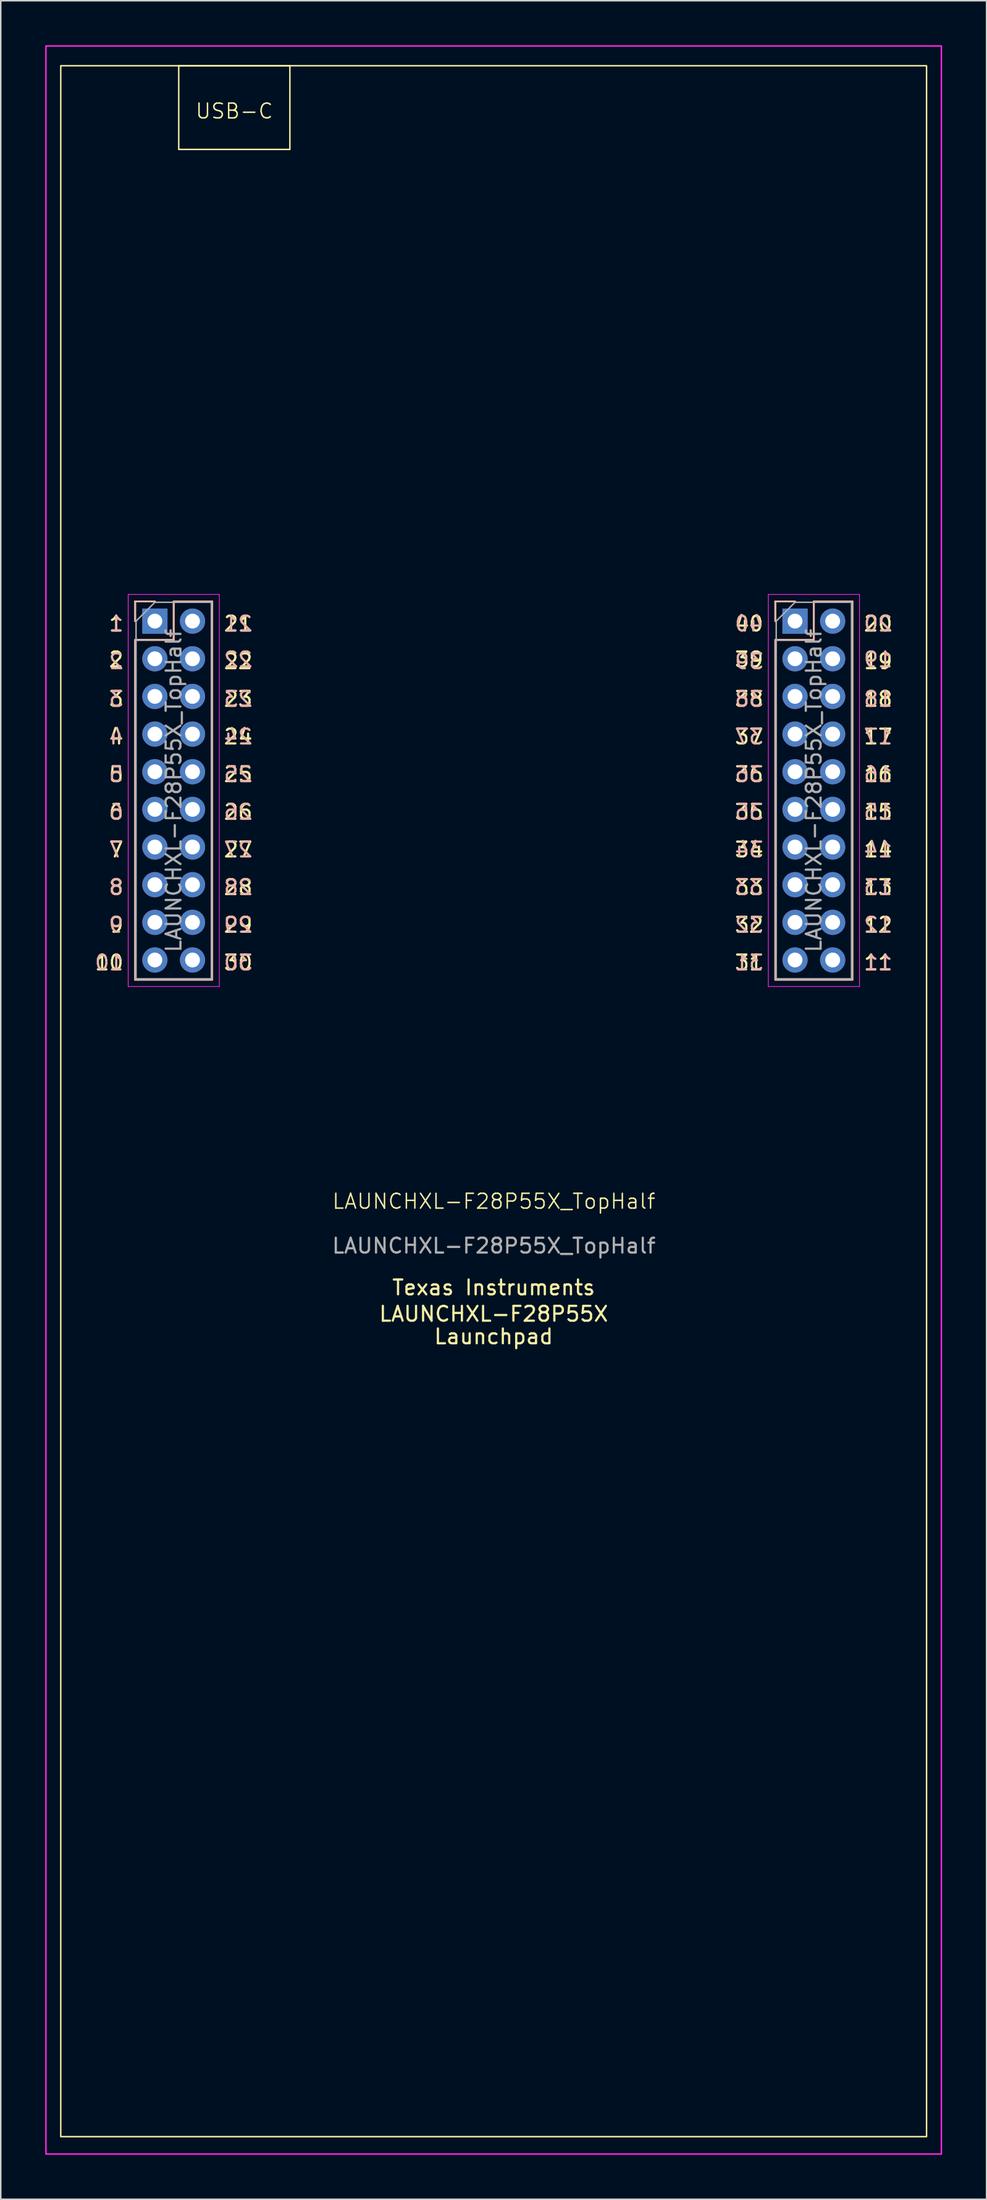
<source format=kicad_pcb>
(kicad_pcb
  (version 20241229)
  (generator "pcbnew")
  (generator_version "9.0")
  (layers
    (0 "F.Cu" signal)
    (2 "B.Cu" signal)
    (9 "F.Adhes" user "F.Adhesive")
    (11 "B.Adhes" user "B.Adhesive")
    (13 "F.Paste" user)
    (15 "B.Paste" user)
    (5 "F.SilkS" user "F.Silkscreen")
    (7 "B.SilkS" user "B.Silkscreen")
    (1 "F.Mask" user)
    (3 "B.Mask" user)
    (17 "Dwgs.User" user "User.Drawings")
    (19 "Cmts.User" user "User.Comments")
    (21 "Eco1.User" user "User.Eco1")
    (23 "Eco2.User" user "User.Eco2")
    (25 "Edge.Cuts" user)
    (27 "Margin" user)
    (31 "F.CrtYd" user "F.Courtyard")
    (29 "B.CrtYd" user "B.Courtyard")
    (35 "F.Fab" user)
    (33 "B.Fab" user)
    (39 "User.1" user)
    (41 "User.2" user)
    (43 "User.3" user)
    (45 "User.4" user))
  (footprint "LAUNCHXL-F28P55X_TopHalf"
    (layer "F.Cu")
    (at 30.26 82.03)
    (property "Reference" "LAUNCHXL-F28P55X_TopHalf" (at 0.015 -4.04 0) (unlocked yes) (layer "F.SilkS") (effects (font (size 1 1) (thickness 0.1))))
    (attr through_hole)
    (fp_line (start -24.19 -44.51) (end -22.86 -44.51) (stroke (width 0.12) (type solid)) (layer "F.SilkS"))
    (fp_line (start -24.19 -43.18) (end -24.19 -44.51) (stroke (width 0.12) (type solid)) (layer "F.SilkS"))
    (fp_line (start -24.19 -41.91) (end -24.19 -18.99) (stroke (width 0.12) (type solid)) (layer "F.SilkS"))
    (fp_line (start -24.19 -41.91) (end -21.59 -41.91) (stroke (width 0.12) (type solid)) (layer "F.SilkS"))
    (fp_line (start -24.19 -18.99) (end -18.99 -18.99) (stroke (width 0.12) (type solid)) (layer "F.SilkS"))
    (fp_line (start -21.59 -44.51) (end -18.99 -44.51) (stroke (width 0.12) (type solid)) (layer "F.SilkS"))
    (fp_line (start -21.59 -41.91) (end -21.59 -44.51) (stroke (width 0.12) (type solid)) (layer "F.SilkS"))
    (fp_line (start -18.99 -44.51) (end -18.99 -18.99) (stroke (width 0.12) (type solid)) (layer "F.SilkS"))
    (fp_line (start 19.005 -44.51) (end 20.335 -44.51) (stroke (width 0.12) (type solid)) (layer "F.SilkS"))
    (fp_line (start 19.005 -43.18) (end 19.005 -44.51) (stroke (width 0.12) (type solid)) (layer "F.SilkS"))
    (fp_line (start 19.005 -41.91) (end 19.005 -18.99) (stroke (width 0.12) (type solid)) (layer "F.SilkS"))
    (fp_line (start 19.005 -41.91) (end 21.605 -41.91) (stroke (width 0.12) (type solid)) (layer "F.SilkS"))
    (fp_line (start 19.005 -18.99) (end 24.205 -18.99) (stroke (width 0.12) (type solid)) (layer "F.SilkS"))
    (fp_line (start 21.605 -44.51) (end 24.205 -44.51) (stroke (width 0.12) (type solid)) (layer "F.SilkS"))
    (fp_line (start 21.605 -41.91) (end 21.605 -44.51) (stroke (width 0.12) (type solid)) (layer "F.SilkS"))
    (fp_line (start 24.205 -44.51) (end 24.205 -18.99) (stroke (width 0.12) (type solid)) (layer "F.SilkS"))
    (fp_rect (start -29.21 59.055) (end 29.21 -80.645) (stroke (width 0.1) (type solid)) (fill no) (layer "F.SilkS"))
    (fp_rect (start -21.25 -80.645) (end -13.75 -75) (stroke (width 0.1) (type solid)) (fill no) (layer "F.SilkS"))
    (fp_line (start -24.19 -44.51) (end -24.19 -43.18) (stroke (width 0.12) (type solid)) (layer "B.SilkS"))
    (fp_line (start -24.19 -18.99) (end -24.19 -41.91) (stroke (width 0.12) (type solid)) (layer "B.SilkS"))
    (fp_line (start -22.86 -44.51) (end -24.19 -44.51) (stroke (width 0.12) (type solid)) (layer "B.SilkS"))
    (fp_line (start -21.59 -44.51) (end -21.59 -41.91) (stroke (width 0.12) (type solid)) (layer "B.SilkS"))
    (fp_line (start -21.59 -41.91) (end -24.19 -41.91) (stroke (width 0.12) (type solid)) (layer "B.SilkS"))
    (fp_line (start -18.99 -44.51) (end -21.59 -44.51) (stroke (width 0.12) (type solid)) (layer "B.SilkS"))
    (fp_line (start -18.99 -18.99) (end -24.19 -18.99) (stroke (width 0.12) (type solid)) (layer "B.SilkS"))
    (fp_line (start -18.99 -18.99) (end -18.99 -44.51) (stroke (width 0.12) (type solid)) (layer "B.SilkS"))
    (fp_line (start 19.005 -44.51) (end 19.005 -43.18) (stroke (width 0.12) (type solid)) (layer "B.SilkS"))
    (fp_line (start 19.005 -18.99) (end 19.005 -41.91) (stroke (width 0.12) (type solid)) (layer "B.SilkS"))
    (fp_line (start 20.335 -44.51) (end 19.005 -44.51) (stroke (width 0.12) (type solid)) (layer "B.SilkS"))
    (fp_line (start 21.605 -44.51) (end 21.605 -41.91) (stroke (width 0.12) (type solid)) (layer "B.SilkS"))
    (fp_line (start 21.605 -41.91) (end 19.005 -41.91) (stroke (width 0.12) (type solid)) (layer "B.SilkS"))
    (fp_line (start 24.205 -44.51) (end 21.605 -44.51) (stroke (width 0.12) (type solid)) (layer "B.SilkS"))
    (fp_line (start 24.205 -18.99) (end 19.005 -18.99) (stroke (width 0.12) (type solid)) (layer "B.SilkS"))
    (fp_line (start 24.205 -18.99) (end 24.205 -44.51) (stroke (width 0.12) (type solid)) (layer "B.SilkS"))
    (fp_line (start -24.66 -44.98) (end -24.66 -18.53) (stroke (width 0.05) (type solid)) (layer "F.CrtYd"))
    (fp_line (start -24.66 -18.53) (end -18.51 -18.53) (stroke (width 0.05) (type solid)) (layer "F.CrtYd"))
    (fp_line (start -18.51 -44.98) (end -24.66 -44.98) (stroke (width 0.05) (type solid)) (layer "F.CrtYd"))
    (fp_line (start -18.51 -18.53) (end -18.51 -44.98) (stroke (width 0.05) (type solid)) (layer "F.CrtYd"))
    (fp_line (start 18.535 -44.98) (end 18.535 -18.53) (stroke (width 0.05) (type solid)) (layer "F.CrtYd"))
    (fp_line (start 18.535 -18.53) (end 24.685 -18.53) (stroke (width 0.05) (type solid)) (layer "F.CrtYd"))
    (fp_line (start 24.685 -44.98) (end 18.535 -44.98) (stroke (width 0.05) (type solid)) (layer "F.CrtYd"))
    (fp_line (start 24.685 -18.53) (end 24.685 -44.98) (stroke (width 0.05) (type solid)) (layer "F.CrtYd"))
    (fp_rect (start -30.21 60.23) (end 30.21 -81.98) (stroke (width 0.1) (type solid)) (fill no) (layer "F.CrtYd"))
    (fp_line (start -24.13 -43.18) (end -22.86 -44.45) (stroke (width 0.1) (type solid)) (layer "F.Fab"))
    (fp_line (start -24.13 -19.05) (end -24.13 -43.18) (stroke (width 0.1) (type solid)) (layer "F.Fab"))
    (fp_line (start -22.86 -44.45) (end -19.05 -44.45) (stroke (width 0.1) (type solid)) (layer "F.Fab"))
    (fp_line (start -19.05 -44.45) (end -19.05 -19.05) (stroke (width 0.1) (type solid)) (layer "F.Fab"))
    (fp_line (start -19.05 -19.05) (end -24.13 -19.05) (stroke (width 0.1) (type solid)) (layer "F.Fab"))
    (fp_line (start 19.065 -43.18) (end 20.335 -44.45) (stroke (width 0.1) (type solid)) (layer "F.Fab"))
    (fp_line (start 19.065 -19.05) (end 19.065 -43.18) (stroke (width 0.1) (type solid)) (layer "F.Fab"))
    (fp_line (start 20.335 -44.45) (end 24.145 -44.45) (stroke (width 0.1) (type solid)) (layer "F.Fab"))
    (fp_line (start 24.145 -44.45) (end 24.145 -19.05) (stroke (width 0.1) (type solid)) (layer "F.Fab"))
    (fp_line (start 24.145 -19.05) (end 19.065 -19.05) (stroke (width 0.1) (type solid)) (layer "F.Fab"))
    (fp_text user "23" (at -18.288 -37.338 0) (unlocked yes) (layer "F.SilkS") (effects (font (size 1 1) (thickness 0.15)) (justify left bottom)))
    (fp_text user "18" (at 24.892 -37.338 0) (unlocked yes) (layer "F.SilkS") (effects (font (size 1 1) (thickness 0.15)) (justify left bottom)))
    (fp_text user "7" (at -24.892 -27.178 0) (unlocked yes) (layer "F.SilkS") (effects (font (size 1 1) (thickness 0.15)) (justify right bottom)))
    (fp_text user "11" (at 24.892 -19.558 0) (unlocked yes) (layer "F.SilkS") (effects (font (size 1 1) (thickness 0.15)) (justify left bottom)))
    (fp_text user "30" (at -18.288 -19.558 0) (unlocked yes) (layer "F.SilkS") (effects (font (size 1 1) (thickness 0.15)) (justify left bottom)))
    (fp_text user "31" (at 18.288 -19.558 0) (unlocked yes) (layer "F.SilkS") (effects (font (size 1 1) (thickness 0.15)) (justify right bottom)))
    (fp_text user "3" (at -24.892 -37.338 0) (unlocked yes) (layer "F.SilkS") (effects (font (size 1 1) (thickness 0.15)) (justify right bottom)))
    (fp_text user "37" (at 18.288 -34.798 0) (unlocked yes) (layer "F.SilkS") (effects (font (size 1 1) (thickness 0.15)) (justify right bottom)))
    (fp_text user "39" (at 18.288 -40 0) (unlocked yes) (layer "F.SilkS") (effects (font (size 1 1) (thickness 0.15)) (justify right bottom)))
    (fp_text user "17" (at 24.892 -34.798 0) (unlocked yes) (layer "F.SilkS") (effects (font (size 1 1) (thickness 0.15)) (justify left bottom)))
    (fp_text user "Texas Instruments" (at 0 1.778 0) (unlocked yes) (layer "F.SilkS") (effects (font (size 1 1) (thickness 0.15))))
    (fp_text user "26" (at -18.288 -29.718 0) (unlocked yes) (layer "F.SilkS") (effects (font (size 1 1) (thickness 0.15)) (justify left bottom)))
    (fp_text user "15" (at 24.892 -29.718 0) (unlocked yes) (layer "F.SilkS") (effects (font (size 1 1) (thickness 0.15)) (justify left bottom)))
    (fp_text user "22" (at -18.288 -39.878 0) (unlocked yes) (layer "F.SilkS") (effects (font (size 1 1) (thickness 0.15)) (justify left bottom)))
    (fp_text user "12" (at 24.892 -22.098 0) (unlocked yes) (layer "F.SilkS") (effects (font (size 1 1) (thickness 0.15)) (justify left bottom)))
    (fp_text user "9" (at -24.892 -22.098 0) (unlocked yes) (layer "F.SilkS") (effects (font (size 1 1) (thickness 0.15)) (justify right bottom)))
    (fp_text user "20" (at 24.892 -42.418 0) (unlocked yes) (layer "F.SilkS") (effects (font (size 1 1) (thickness 0.15)) (justify left bottom)))
    (fp_text user "24" (at -18.288 -34.798 0) (unlocked yes) (layer "F.SilkS") (effects (font (size 1 1) (thickness 0.15)) (justify left bottom)))
    (fp_text user "LAUNCHXL-F28P55X" (at 0 3.556 0) (unlocked yes) (layer "F.SilkS") (effects (font (size 1 1) (thickness 0.15))))
    (fp_text user "38" (at 18.288 -37.338 0) (unlocked yes) (layer "F.SilkS") (effects (font (size 1 1) (thickness 0.15)) (justify right bottom)))
    (fp_text user "13" (at 24.892 -24.638 0) (unlocked yes) (layer "F.SilkS") (effects (font (size 1 1) (thickness 0.15)) (justify left bottom)))
    (fp_text user "27" (at -18.288 -27.178 0) (unlocked yes) (layer "F.SilkS") (effects (font (size 1 1) (thickness 0.15)) (justify left bottom)))
    (fp_text user "8" (at -24.892 -24.638 0) (unlocked yes) (layer "F.SilkS") (effects (font (size 1 1) (thickness 0.15)) (justify right bottom)))
    (fp_text user "32" (at 18.288 -22.098 0) (unlocked yes) (layer "F.SilkS") (effects (font (size 1 1) (thickness 0.15)) (justify right bottom)))
    (fp_text user "10" (at -24.892 -19.558 0) (unlocked yes) (layer "F.SilkS") (effects (font (size 1 1) (thickness 0.15)) (justify right bottom)))
    (fp_text user "5" (at -24.892 -32.258 0) (unlocked yes) (layer "F.SilkS") (effects (font (size 1 1) (thickness 0.15)) (justify right bottom)))
    (fp_text user "19" (at 24.892 -39.878 0) (unlocked yes) (layer "F.SilkS") (effects (font (size 1 1) (thickness 0.15)) (justify left bottom)))
    (fp_text user "33" (at 18.288 -24.638 0) (unlocked yes) (layer "F.SilkS") (effects (font (size 1 1) (thickness 0.15)) (justify right bottom)))
    (fp_text user "34" (at 18.288 -27.178 0) (unlocked yes) (layer "F.SilkS") (effects (font (size 1 1) (thickness 0.15)) (justify right bottom)))
    (fp_text user "2" (at -24.892 -40 0) (unlocked yes) (layer "F.SilkS") (effects (font (size 1 1) (thickness 0.15)) (justify right bottom)))
    (fp_text user "14" (at 24.892 -27.178 0) (unlocked yes) (layer "F.SilkS") (effects (font (size 1 1) (thickness 0.15)) (justify left bottom)))
    (fp_text user "35" (at 18.288 -29.718 0) (unlocked yes) (layer "F.SilkS") (effects (font (size 1 1) (thickness 0.15)) (justify right bottom)))
    (fp_text user "36" (at 18.288 -32.258 0) (unlocked yes) (layer "F.SilkS") (effects (font (size 1 1) (thickness 0.15)) (justify right bottom)))
    (fp_text user "USB-C" (at -17.5 -77 0) (unlocked yes) (layer "F.SilkS") (effects (font (size 1 1) (thickness 0.1)) (justify bottom)))
    (fp_text user "4" (at -24.892 -34.798 0) (unlocked yes) (layer "F.SilkS") (effects (font (size 1 1) (thickness 0.15)) (justify right bottom)))
    (fp_text user "1" (at -24.892 -42.418 0) (unlocked yes) (layer "F.SilkS") (effects (font (size 1 1) (thickness 0.15)) (justify right bottom)))
    (fp_text user "6" (at -24.892 -29.718 0) (unlocked yes) (layer "F.SilkS") (effects (font (size 1 1) (thickness 0.15)) (justify right bottom)))
    (fp_text user "29" (at -18.288 -22.098 0) (unlocked yes) (layer "F.SilkS") (effects (font (size 1 1) (thickness 0.15)) (justify left bottom)))
    (fp_text user "28" (at -18.288 -24.638 0) (unlocked yes) (layer "F.SilkS") (effects (font (size 1 1) (thickness 0.15)) (justify left bottom)))
    (fp_text user "21" (at -18.288 -42.418 0) (unlocked yes) (layer "F.SilkS") (effects (font (size 1 1) (thickness 0.15)) (justify left bottom)))
    (fp_text user "16" (at 24.892 -32.258 0) (unlocked yes) (layer "F.SilkS") (effects (font (size 1 1) (thickness 0.15)) (justify left bottom)))
    (fp_text user "40" (at 18.288 -42.418 0) (unlocked yes) (layer "F.SilkS") (effects (font (size 1 1) (thickness 0.15)) (justify right bottom)))
    (fp_text user "25" (at -18.288 -32.258 0) (unlocked yes) (layer "F.SilkS") (effects (font (size 1 1) (thickness 0.15)) (justify left bottom)))
    (fp_text user "Launchpad" (at 0 5.08 0) (unlocked yes) (layer "F.SilkS") (effects (font (size 1 1) (thickness 0.15))))
    (fp_text user "6" (at -24.892 -29.718 0) (unlocked yes) (layer "B.SilkS") (effects (font (size 1 1) (thickness 0.15)) (justify left bottom mirror)))
    (fp_text user "23" (at -18.288 -37.338 0) (unlocked yes) (layer "B.SilkS") (effects (font (size 1 1) (thickness 0.15)) (justify right bottom mirror)))
    (fp_text user "27" (at -18.288 -27.178 0) (unlocked yes) (layer "B.SilkS") (effects (font (size 1 1) (thickness 0.15)) (justify right bottom mirror)))
    (fp_text user "5" (at -24.892 -32.258 0) (unlocked yes) (layer "B.SilkS") (effects (font (size 1 1) (thickness 0.15)) (justify left bottom mirror)))
    (fp_text user "39" (at 18.288 -39.878 0) (unlocked yes) (layer "B.SilkS") (effects (font (size 1 1) (thickness 0.15)) (justify left bottom mirror)))
    (fp_text user "10" (at -24.892 -19.558 0) (unlocked yes) (layer "B.SilkS") (effects (font (size 1 1) (thickness 0.15)) (justify left bottom mirror)))
    (fp_text user "8" (at -24.892 -24.638 0) (unlocked yes) (layer "B.SilkS") (effects (font (size 1 1) (thickness 0.15)) (justify left bottom mirror)))
    (fp_text user "24" (at -18.288 -34.798 0) (unlocked yes) (layer "B.SilkS") (effects (font (size 1 1) (thickness 0.15)) (justify right bottom mirror)))
    (fp_text user "17" (at 24.892 -34.798 0) (unlocked yes) (layer "B.SilkS") (effects (font (size 1 1) (thickness 0.15)) (justify right bottom mirror)))
    (fp_text user "4" (at -24.892 -34.798 0) (unlocked yes) (layer "B.SilkS") (effects (font (size 1 1) (thickness 0.15)) (justify left bottom mirror)))
    (fp_text user "26" (at -18.288 -29.718 0) (unlocked yes) (layer "B.SilkS") (effects (font (size 1 1) (thickness 0.15)) (justify right bottom mirror)))
    (fp_text user "40" (at 18.288 -42.418 0) (unlocked yes) (layer "B.SilkS") (effects (font (size 1 1) (thickness 0.15)) (justify left bottom mirror)))
    (fp_text user "9" (at -24.892 -22.098 0) (unlocked yes) (layer "B.SilkS") (effects (font (size 1 1) (thickness 0.15)) (justify left bottom mirror)))
    (fp_text user "1" (at -24.892 -42.418 0) (unlocked yes) (layer "B.SilkS") (effects (font (size 1 1) (thickness 0.15)) (justify left bottom mirror)))
    (fp_text user "37" (at 18.288 -34.798 0) (unlocked yes) (layer "B.SilkS") (effects (font (size 1 1) (thickness 0.15)) (justify left bottom mirror)))
    (fp_text user "15" (at 24.892 -29.718 0) (unlocked yes) (layer "B.SilkS") (effects (font (size 1 1) (thickness 0.15)) (justify right bottom mirror)))
    (fp_text user "13" (at 24.892 -24.638 0) (unlocked yes) (layer "B.SilkS") (effects (font (size 1 1) (thickness 0.15)) (justify right bottom mirror)))
    (fp_text user "30" (at -18.288 -19.558 0) (unlocked yes) (layer "B.SilkS") (effects (font (size 1 1) (thickness 0.15)) (justify right bottom mirror)))
    (fp_text user "11" (at 24.892 -19.558 0) (unlocked yes) (layer "B.SilkS") (effects (font (size 1 1) (thickness 0.15)) (justify right bottom mirror)))
    (fp_text user "7" (at -24.892 -27.178 0) (unlocked yes) (layer "B.SilkS") (effects (font (size 1 1) (thickness 0.15)) (justify left bottom mirror)))
    (fp_text user "35" (at 18.288 -29.718 0) (unlocked yes) (layer "B.SilkS") (effects (font (size 1 1) (thickness 0.15)) (justify left bottom mirror)))
    (fp_text user "22" (at -18.288 -40 0) (unlocked yes) (layer "B.SilkS") (effects (font (size 1 1) (thickness 0.15)) (justify right bottom mirror)))
    (fp_text user "28" (at -18.288 -24.638 0) (unlocked yes) (layer "B.SilkS") (effects (font (size 1 1) (thickness 0.15)) (justify right bottom mirror)))
    (fp_text user "29" (at -18.288 -22.098 0) (unlocked yes) (layer "B.SilkS") (effects (font (size 1 1) (thickness 0.15)) (justify right bottom mirror)))
    (fp_text user "21" (at -18.288 -42.418 0) (unlocked yes) (layer "B.SilkS") (effects (font (size 1 1) (thickness 0.15)) (justify right bottom mirror)))
    (fp_text user "33" (at 18.288 -24.638 0) (unlocked yes) (layer "B.SilkS") (effects (font (size 1 1) (thickness 0.15)) (justify left bottom mirror)))
    (fp_text user "18" (at 24.892 -37.338 0) (unlocked yes) (layer "B.SilkS") (effects (font (size 1 1) (thickness 0.15)) (justify right bottom mirror)))
    (fp_text user "19" (at 24.892 -40 0) (unlocked yes) (layer "B.SilkS") (effects (font (size 1 1) (thickness 0.15)) (justify right bottom mirror)))
    (fp_text user "25" (at -18.288 -32.258 0) (unlocked yes) (layer "B.SilkS") (effects (font (size 1 1) (thickness 0.15)) (justify right bottom mirror)))
    (fp_text user "31" (at 18.288 -19.558 0) (unlocked yes) (layer "B.SilkS") (effects (font (size 1 1) (thickness 0.15)) (justify left bottom mirror)))
    (fp_text user "34" (at 18.288 -27.178 0) (unlocked yes) (layer "B.SilkS") (effects (font (size 1 1) (thickness 0.15)) (justify left bottom mirror)))
    (fp_text user "3" (at -24.892 -37.338 0) (unlocked yes) (layer "B.SilkS") (effects (font (size 1 1) (thickness 0.15)) (justify left bottom mirror)))
    (fp_text user "36" (at 18.288 -32.258 0) (unlocked yes) (layer "B.SilkS") (effects (font (size 1 1) (thickness 0.15)) (justify left bottom mirror)))
    (fp_text user "16" (at 24.892 -32.258 0) (unlocked yes) (layer "B.SilkS") (effects (font (size 1 1) (thickness 0.15)) (justify right bottom mirror)))
    (fp_text user "14" (at 24.892 -27.178 0) (unlocked yes) (layer "B.SilkS") (effects (font (size 1 1) (thickness 0.15)) (justify right bottom mirror)))
    (fp_text user "38" (at 18.288 -37.338 0) (unlocked yes) (layer "B.SilkS") (effects (font (size 1 1) (thickness 0.15)) (justify left bottom mirror)))
    (fp_text user "2" (at -24.892 -39.878 0) (unlocked yes) (layer "B.SilkS") (effects (font (size 1 1) (thickness 0.15)) (justify left bottom mirror)))
    (fp_text user "32" (at 18.288 -22.098 0) (unlocked yes) (layer "B.SilkS") (effects (font (size 1 1) (thickness 0.15)) (justify left bottom mirror)))
    (fp_text user "12" (at 24.892 -22.098 0) (unlocked yes) (layer "B.SilkS") (effects (font (size 1 1) (thickness 0.15)) (justify right bottom mirror)))
    (fp_text user "20" (at 24.892 -42.418 0) (unlocked yes) (layer "B.SilkS") (effects (font (size 1 1) (thickness 0.15)) (justify right bottom mirror)))
    (fp_text user "${REFERENCE}" (at 0.015 -1.04 0) (unlocked yes) (layer "F.Fab") (effects (font (size 1 1) (thickness 0.15))))
    (fp_text user "${REFERENCE}" (at -21.59 -31.75 270) (layer "F.Fab") (effects (font (size 1 1) (thickness 0.15))))
    (fp_text user "${REFERENCE}" (at 21.605 -31.75 270) (layer "F.Fab") (effects (font (size 1 1) (thickness 0.15))))
    (pad "1" thru_hole rect (at -22.86 -43.18) (size 1.7 1.7) (drill 1) (layers "*.Cu" "*.Mask"))
    (pad "2" thru_hole oval (at -22.86 -40.64) (size 1.7 1.7) (drill 1) (layers "*.Cu" "*.Mask"))
    (pad "3" thru_hole oval (at -22.86 -38.1) (size 1.7 1.7) (drill 1) (layers "*.Cu" "*.Mask"))
    (pad "4" thru_hole oval (at -22.86 -35.56) (size 1.7 1.7) (drill 1) (layers "*.Cu" "*.Mask"))
    (pad "5" thru_hole oval (at -22.86 -33.02) (size 1.7 1.7) (drill 1) (layers "*.Cu" "*.Mask"))
    (pad "6" thru_hole oval (at -22.86 -30.48) (size 1.7 1.7) (drill 1) (layers "*.Cu" "*.Mask"))
    (pad "7" thru_hole oval (at -22.86 -27.94) (size 1.7 1.7) (drill 1) (layers "*.Cu" "*.Mask"))
    (pad "8" thru_hole oval (at -22.86 -25.4) (size 1.7 1.7) (drill 1) (layers "*.Cu" "*.Mask"))
    (pad "9" thru_hole oval (at -22.86 -22.86) (size 1.7 1.7) (drill 1) (layers "*.Cu" "*.Mask"))
    (pad "10" thru_hole oval (at -22.86 -20.32) (size 1.7 1.7) (drill 1) (layers "*.Cu" "*.Mask"))
    (pad "11" thru_hole oval (at 22.875 -20.32) (size 1.7 1.7) (drill 1) (layers "*.Cu" "*.Mask"))
    (pad "12" thru_hole oval (at 22.875 -22.86) (size 1.7 1.7) (drill 1) (layers "*.Cu" "*.Mask"))
    (pad "13" thru_hole oval (at 22.875 -25.4) (size 1.7 1.7) (drill 1) (layers "*.Cu" "*.Mask"))
    (pad "14" thru_hole oval (at 22.875 -27.94) (size 1.7 1.7) (drill 1) (layers "*.Cu" "*.Mask"))
    (pad "15" thru_hole oval (at 22.875 -30.48) (size 1.7 1.7) (drill 1) (layers "*.Cu" "*.Mask"))
    (pad "16" thru_hole oval (at 22.875 -33.02) (size 1.7 1.7) (drill 1) (layers "*.Cu" "*.Mask"))
    (pad "17" thru_hole oval (at 22.875 -35.56) (size 1.7 1.7) (drill 1) (layers "*.Cu" "*.Mask"))
    (pad "18" thru_hole oval (at 22.875 -38.1) (size 1.7 1.7) (drill 1) (layers "*.Cu" "*.Mask"))
    (pad "19" thru_hole oval (at 22.875 -40.64) (size 1.7 1.7) (drill 1) (layers "*.Cu" "*.Mask"))
    (pad "20" thru_hole oval (at 22.875 -43.18) (size 1.7 1.7) (drill 1) (layers "*.Cu" "*.Mask"))
    (pad "21" thru_hole oval (at -20.32 -43.18) (size 1.7 1.7) (drill 1) (layers "*.Cu" "*.Mask"))
    (pad "22" thru_hole oval (at -20.32 -40.64) (size 1.7 1.7) (drill 1) (layers "*.Cu" "*.Mask"))
    (pad "23" thru_hole oval (at -20.32 -38.1) (size 1.7 1.7) (drill 1) (layers "*.Cu" "*.Mask"))
    (pad "24" thru_hole oval (at -20.32 -35.56) (size 1.7 1.7) (drill 1) (layers "*.Cu" "*.Mask"))
    (pad "25" thru_hole oval (at -20.32 -33.02) (size 1.7 1.7) (drill 1) (layers "*.Cu" "*.Mask"))
    (pad "26" thru_hole oval (at -20.32 -30.48) (size 1.7 1.7) (drill 1) (layers "*.Cu" "*.Mask"))
    (pad "27" thru_hole oval (at -20.32 -27.94) (size 1.7 1.7) (drill 1) (layers "*.Cu" "*.Mask"))
    (pad "28" thru_hole oval (at -20.32 -25.4) (size 1.7 1.7) (drill 1) (layers "*.Cu" "*.Mask"))
    (pad "29" thru_hole oval (at -20.32 -22.86) (size 1.7 1.7) (drill 1) (layers "*.Cu" "*.Mask"))
    (pad "30" thru_hole oval (at -20.32 -20.32) (size 1.7 1.7) (drill 1) (layers "*.Cu" "*.Mask"))
    (pad "31" thru_hole oval (at 20.335 -20.32) (size 1.7 1.7) (drill 1) (layers "*.Cu" "*.Mask"))
    (pad "32" thru_hole oval (at 20.335 -22.86) (size 1.7 1.7) (drill 1) (layers "*.Cu" "*.Mask"))
    (pad "33" thru_hole oval (at 20.335 -25.4) (size 1.7 1.7) (drill 1) (layers "*.Cu" "*.Mask"))
    (pad "34" thru_hole oval (at 20.335 -27.94) (size 1.7 1.7) (drill 1) (layers "*.Cu" "*.Mask"))
    (pad "35" thru_hole oval (at 20.335 -30.48) (size 1.7 1.7) (drill 1) (layers "*.Cu" "*.Mask"))
    (pad "36" thru_hole oval (at 20.335 -33.02) (size 1.7 1.7) (drill 1) (layers "*.Cu" "*.Mask"))
    (pad "37" thru_hole oval (at 20.335 -35.56) (size 1.7 1.7) (drill 1) (layers "*.Cu" "*.Mask"))
    (pad "38" thru_hole oval (at 20.335 -38.1) (size 1.7 1.7) (drill 1) (layers "*.Cu" "*.Mask"))
    (pad "39" thru_hole oval (at 20.335 -40.64) (size 1.7 1.7) (drill 1) (layers "*.Cu" "*.Mask"))
    (pad "40" thru_hole rect (at 20.335 -43.18) (size 1.7 1.7) (drill 1) (layers "*.Cu" "*.Mask")))
  (gr_rect
    (start -3 -3)
    (end 63.52 145.31)
    (stroke (width 0.1) (type default))
    (fill no)
    (layer "Edge.Cuts")))
</source>
